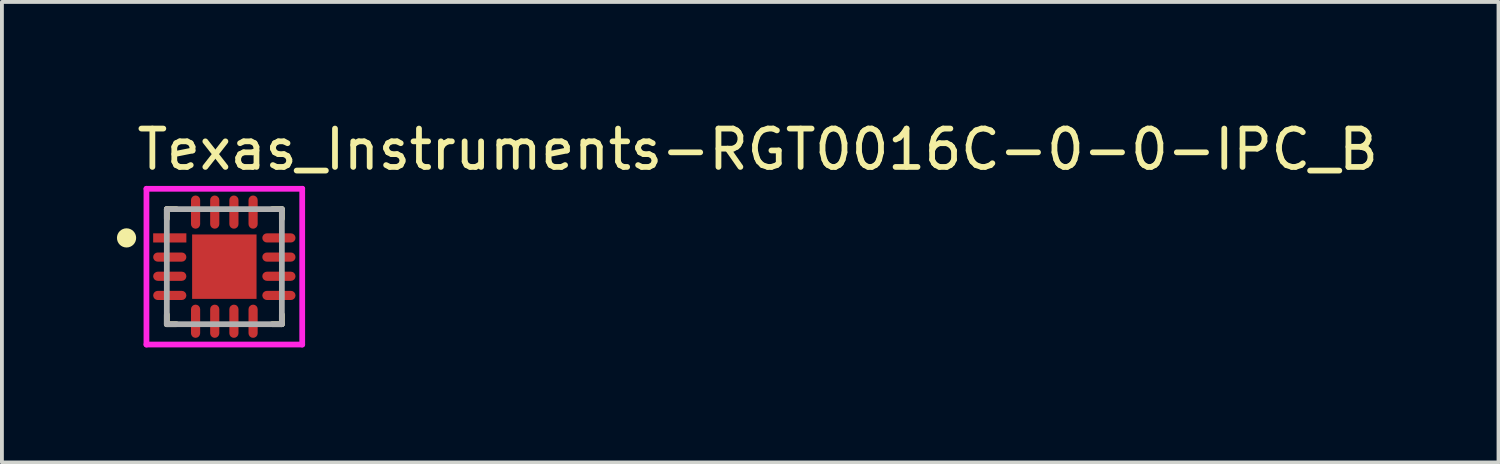
<source format=kicad_pcb>
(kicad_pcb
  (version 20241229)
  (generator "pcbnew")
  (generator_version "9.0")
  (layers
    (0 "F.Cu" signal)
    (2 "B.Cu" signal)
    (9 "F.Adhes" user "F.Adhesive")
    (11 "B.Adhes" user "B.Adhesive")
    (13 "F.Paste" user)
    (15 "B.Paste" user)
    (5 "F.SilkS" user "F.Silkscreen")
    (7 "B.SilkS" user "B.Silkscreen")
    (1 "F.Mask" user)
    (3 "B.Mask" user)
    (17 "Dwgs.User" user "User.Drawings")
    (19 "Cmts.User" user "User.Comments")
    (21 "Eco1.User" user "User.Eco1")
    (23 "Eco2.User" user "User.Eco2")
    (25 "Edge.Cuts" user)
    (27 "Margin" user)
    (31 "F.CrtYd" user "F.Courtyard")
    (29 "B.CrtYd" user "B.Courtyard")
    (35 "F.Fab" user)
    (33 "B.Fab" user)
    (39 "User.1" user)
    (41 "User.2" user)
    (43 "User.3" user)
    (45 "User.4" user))
  (footprint "Texas_Instruments-RGT0016C-0-0-IPC_B"
    (layer "F.Cu")
    (at 2.8 3.904)
    (property "Reference" "Texas_Instruments-RGT0016C-0-0-IPC_B" (at -2.356 -3.056 0) (layer "F.SilkS") (effects (font (size 1 1) (thickness 0.15)) (justify left)))
    (attr through_hole)
    (fp_line (start -1.5 -1.5) (end -1.5 -1.25) (stroke (width 0.15) (type solid)) (layer "F.SilkS"))
    (fp_line (start -1.5 1.5) (end -1.5 1.25) (stroke (width 0.15) (type solid)) (layer "F.SilkS"))
    (fp_line (start -1.25 -1.5) (end -1.5 -1.5) (stroke (width 0.15) (type solid)) (layer "F.SilkS"))
    (fp_line (start -1.25 1.5) (end -1.5 1.5) (stroke (width 0.15) (type solid)) (layer "F.SilkS"))
    (fp_line (start 1.25 -1.5) (end 1.5 -1.5) (stroke (width 0.15) (type solid)) (layer "F.SilkS"))
    (fp_line (start 1.25 1.5) (end 1.5 1.5) (stroke (width 0.15) (type solid)) (layer "F.SilkS"))
    (fp_line (start 1.5 -1.5) (end 1.5 -1.25) (stroke (width 0.15) (type solid)) (layer "F.SilkS"))
    (fp_line (start 1.5 1.5) (end 1.5 1.25) (stroke (width 0.15) (type solid)) (layer "F.SilkS"))
    (fp_circle (center -2.55 -0.75) (end -2.425 -0.75) (stroke (width 0.25) (type solid)) (fill no) (layer "F.SilkS"))
    (fp_poly (pts (xy -0.531 -0.531) (xy 0.531 -0.531) (xy 0.531 0.531) (xy -0.531 0.531)) (stroke (width 0) (type solid)) (fill yes) (layer "F.Paste"))
    (fp_line (start -2.031 -2.031) (end -2.031 2.031) (stroke (width 0.15) (type solid)) (layer "F.CrtYd"))
    (fp_line (start -2.031 2.031) (end 2.031 2.031) (stroke (width 0.15) (type solid)) (layer "F.CrtYd"))
    (fp_line (start 2.031 -2.031) (end -2.031 -2.031) (stroke (width 0.15) (type solid)) (layer "F.CrtYd"))
    (fp_line (start 2.031 -2.031) (end 2.031 -2.031) (stroke (width 0.15) (type solid)) (layer "F.CrtYd"))
    (fp_line (start 2.031 2.031) (end 2.031 -2.031) (stroke (width 0.15) (type solid)) (layer "F.CrtYd"))
    (fp_line (start -1.5 -1.5) (end 1.5 -1.5) (stroke (width 0.15) (type solid)) (layer "F.Fab"))
    (fp_line (start -1.5 1.5) (end -1.5 -1.5) (stroke (width 0.15) (type solid)) (layer "F.Fab"))
    (fp_line (start 1.5 -1.5) (end 1.5 1.5) (stroke (width 0.15) (type solid)) (layer "F.Fab"))
    (fp_line (start 1.5 1.5) (end -1.5 1.5) (stroke (width 0.15) (type solid)) (layer "F.Fab"))
    (pad "1" smd rect (at -1.423 -0.75) (size 0.866 0.239) (layers "F.Cu" "F.Mask" "F.Paste"))
    (pad "2" smd roundrect (at -1.423 -0.25) (size 0.866 0.239) (layers "F.Cu" "F.Mask" "F.Paste") (roundrect_rratio 0.5))
    (pad "3" smd roundrect (at -1.423 0.25) (size 0.866 0.239) (layers "F.Cu" "F.Mask" "F.Paste") (roundrect_rratio 0.5))
    (pad "4" smd roundrect (at -1.423 0.75) (size 0.866 0.239) (layers "F.Cu" "F.Mask" "F.Paste") (roundrect_rratio 0.5))
    (pad "5" smd roundrect (at -0.75 1.423) (size 0.239 0.866) (layers "F.Cu" "F.Mask" "F.Paste") (roundrect_rratio 0.5))
    (pad "6" smd roundrect (at -0.25 1.423) (size 0.239 0.866) (layers "F.Cu" "F.Mask" "F.Paste") (roundrect_rratio 0.5))
    (pad "7" smd roundrect (at 0.25 1.423) (size 0.239 0.866) (layers "F.Cu" "F.Mask" "F.Paste") (roundrect_rratio 0.5))
    (pad "8" smd roundrect (at 0.75 1.423) (size 0.239 0.866) (layers "F.Cu" "F.Mask" "F.Paste") (roundrect_rratio 0.5))
    (pad "9" smd roundrect (at 1.423 0.75) (size 0.866 0.239) (layers "F.Cu" "F.Mask" "F.Paste") (roundrect_rratio 0.5))
    (pad "10" smd roundrect (at 1.423 0.25) (size 0.866 0.239) (layers "F.Cu" "F.Mask" "F.Paste") (roundrect_rratio 0.5))
    (pad "11" smd roundrect (at 1.423 -0.25) (size 0.866 0.239) (layers "F.Cu" "F.Mask" "F.Paste") (roundrect_rratio 0.5))
    (pad "12" smd roundrect (at 1.423 -0.75) (size 0.866 0.239) (layers "F.Cu" "F.Mask" "F.Paste") (roundrect_rratio 0.5))
    (pad "13" smd roundrect (at 0.75 -1.423) (size 0.239 0.866) (layers "F.Cu" "F.Mask" "F.Paste") (roundrect_rratio 0.5))
    (pad "14" smd roundrect (at 0.25 -1.423) (size 0.239 0.866) (layers "F.Cu" "F.Mask" "F.Paste") (roundrect_rratio 0.5))
    (pad "15" smd roundrect (at -0.25 -1.423) (size 0.239 0.866) (layers "F.Cu" "F.Mask" "F.Paste") (roundrect_rratio 0.5))
    (pad "16" smd roundrect (at -0.75 -1.423) (size 0.239 0.866) (layers "F.Cu" "F.Mask" "F.Paste") (roundrect_rratio 0.5))
    (pad "17" smd rect (at 0 0) (size 1.68 1.68) (layers "F.Cu" "F.Mask")))
  (gr_rect
    (start -3 -3)
    (end 36.027 9.01)
    (stroke (width 0.1) (type default))
    (fill no)
    (layer "Edge.Cuts")))
</source>
